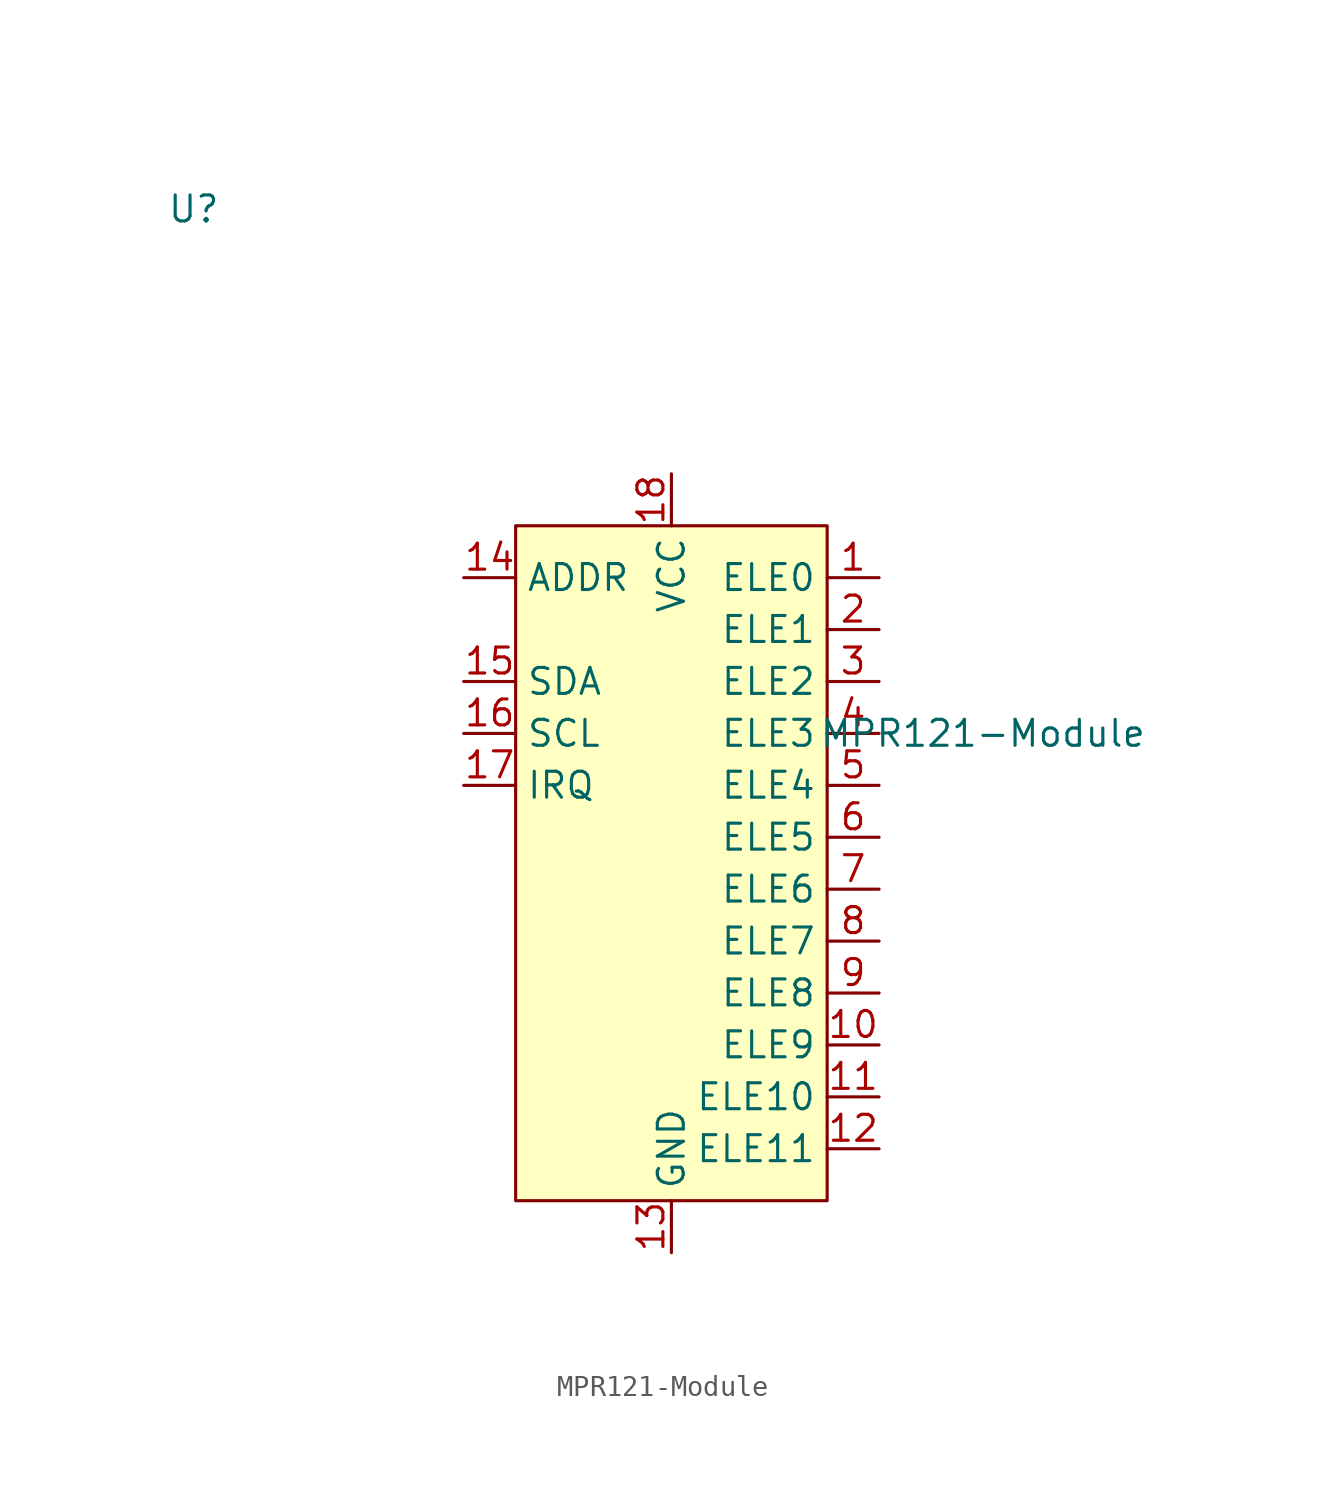
<source format=kicad_sym>
(kicad_symbol_lib
  (version 20231120)
  (generator "kicad_symbol_editor")
  (generator_version "8.0")
  (symbol "MPR121-Module"
    (property "Reference" "U"
      (at -23.368 15.494 0)
      (effects (font (size 1.27 1.27))))
    (property "Value" "MPR121-Module"
      (at 15.24 -10.16 0)
      (effects (font (size 1.27 1.27))))
    (symbol "MPR121-Module_1_1"
      (rectangle (start -7.62 0) (end 7.62 -33.02) (stroke (width 0) (type default)) (fill (type background)))
      (pin input line (at 10.16 -2.54 180) (length 2.54) (name "ELE0" (effects (font (size 1.27 1.27)))) (number "1" (effects (font (size 1.27 1.27)))))
      (pin input line (at 10.16 -25.4 180) (length 2.54) (name "ELE9" (effects (font (size 1.27 1.27)))) (number "10" (effects (font (size 1.27 1.27)))))
      (pin input line (at 10.16 -27.94 180) (length 2.54) (name "ELE10" (effects (font (size 1.27 1.27)))) (number "11" (effects (font (size 1.27 1.27)))))
      (pin input line (at 10.16 -30.48 180) (length 2.54) (name "ELE11" (effects (font (size 1.27 1.27)))) (number "12" (effects (font (size 1.27 1.27)))))
      (pin power_in line (at 0 -35.56 90) (length 2.54) (name "GND" (effects (font (size 1.27 1.27)))) (number "13" (effects (font (size 1.27 1.27)))))
      (pin input line (at -10.16 -2.54 0) (length 2.54) (name "ADDR" (effects (font (size 1.27 1.27)))) (number "14" (effects (font (size 1.27 1.27)))))
      (pin input line (at -10.16 -7.62 0) (length 2.54) (name "SDA" (effects (font (size 1.27 1.27)))) (number "15" (effects (font (size 1.27 1.27)))))
      (pin input line (at -10.16 -10.16 0) (length 2.54) (name "SCL" (effects (font (size 1.27 1.27)))) (number "16" (effects (font (size 1.27 1.27)))))
      (pin input line (at -10.16 -12.7 0) (length 2.54) (name "IRQ" (effects (font (size 1.27 1.27)))) (number "17" (effects (font (size 1.27 1.27)))))
      (pin power_in line (at 0 2.54 270) (length 2.54) (name "VCC" (effects (font (size 1.27 1.27)))) (number "18" (effects (font (size 1.27 1.27)))))
      (pin input line (at 10.16 -5.08 180) (length 2.54) (name "ELE1" (effects (font (size 1.27 1.27)))) (number "2" (effects (font (size 1.27 1.27)))))
      (pin input line (at 10.16 -7.62 180) (length 2.54) (name "ELE2" (effects (font (size 1.27 1.27)))) (number "3" (effects (font (size 1.27 1.27)))))
      (pin input line (at 10.16 -10.16 180) (length 2.54) (name "ELE3" (effects (font (size 1.27 1.27)))) (number "4" (effects (font (size 1.27 1.27)))))
      (pin input line (at 10.16 -12.7 180) (length 2.54) (name "ELE4" (effects (font (size 1.27 1.27)))) (number "5" (effects (font (size 1.27 1.27)))))
      (pin input line (at 10.16 -15.24 180) (length 2.54) (name "ELE5" (effects (font (size 1.27 1.27)))) (number "6" (effects (font (size 1.27 1.27)))))
      (pin input line (at 10.16 -17.78 180) (length 2.54) (name "ELE6" (effects (font (size 1.27 1.27)))) (number "7" (effects (font (size 1.27 1.27)))))
      (pin input line (at 10.16 -20.32 180) (length 2.54) (name "ELE7" (effects (font (size 1.27 1.27)))) (number "8" (effects (font (size 1.27 1.27)))))
      (pin input line (at 10.16 -22.86 180) (length 2.54) (name "ELE8" (effects (font (size 1.27 1.27)))) (number "9" (effects (font (size 1.27 1.27))))))))
</source>
